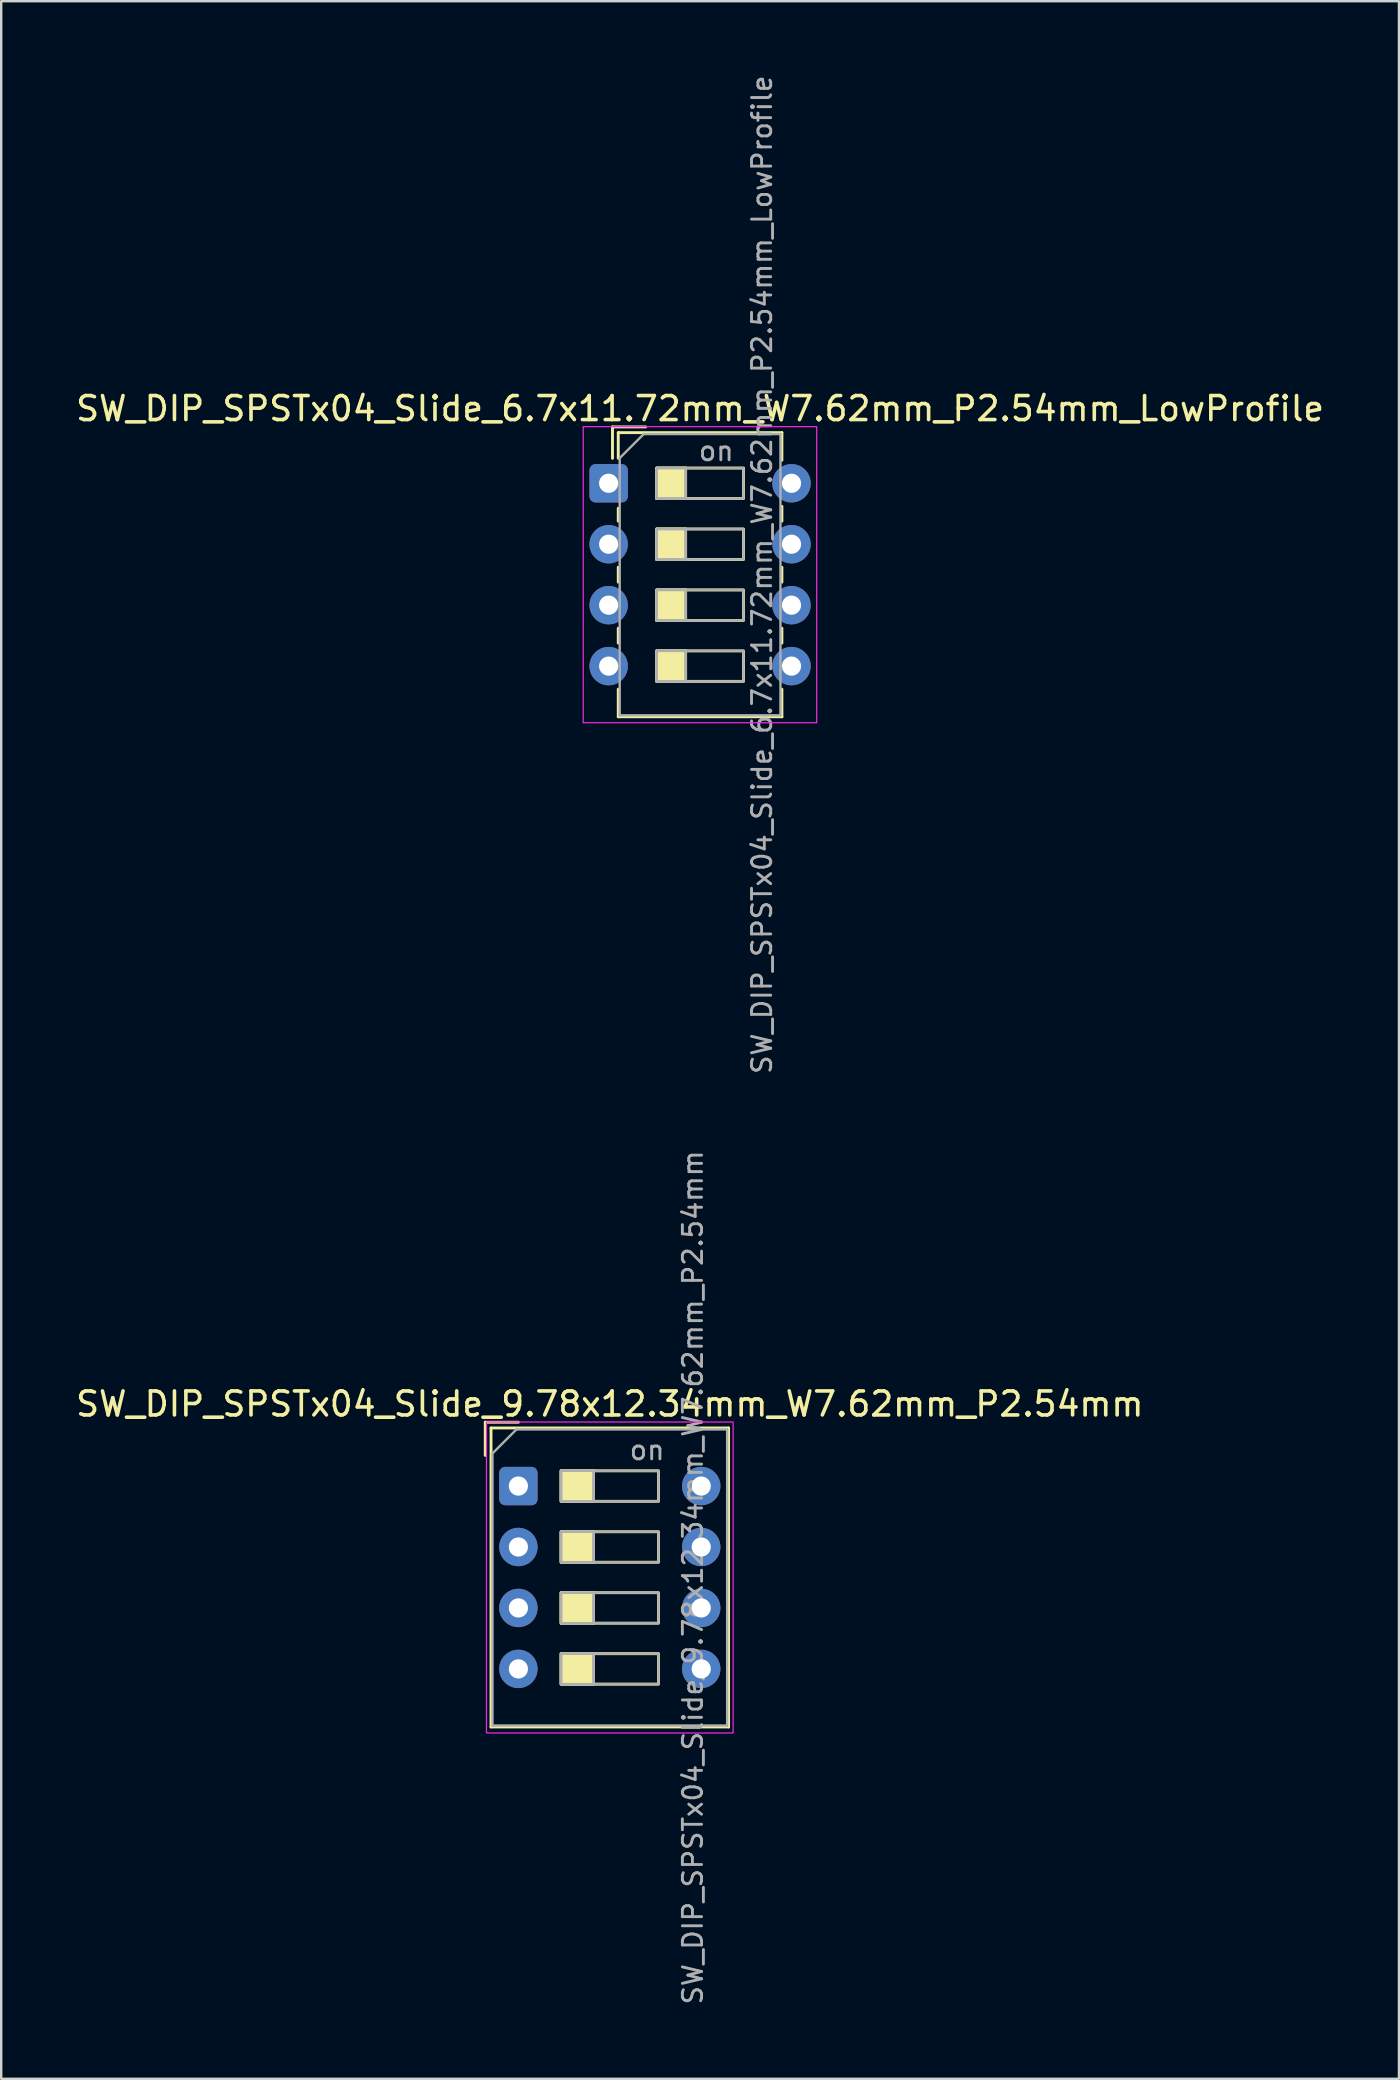
<source format=kicad_pcb>
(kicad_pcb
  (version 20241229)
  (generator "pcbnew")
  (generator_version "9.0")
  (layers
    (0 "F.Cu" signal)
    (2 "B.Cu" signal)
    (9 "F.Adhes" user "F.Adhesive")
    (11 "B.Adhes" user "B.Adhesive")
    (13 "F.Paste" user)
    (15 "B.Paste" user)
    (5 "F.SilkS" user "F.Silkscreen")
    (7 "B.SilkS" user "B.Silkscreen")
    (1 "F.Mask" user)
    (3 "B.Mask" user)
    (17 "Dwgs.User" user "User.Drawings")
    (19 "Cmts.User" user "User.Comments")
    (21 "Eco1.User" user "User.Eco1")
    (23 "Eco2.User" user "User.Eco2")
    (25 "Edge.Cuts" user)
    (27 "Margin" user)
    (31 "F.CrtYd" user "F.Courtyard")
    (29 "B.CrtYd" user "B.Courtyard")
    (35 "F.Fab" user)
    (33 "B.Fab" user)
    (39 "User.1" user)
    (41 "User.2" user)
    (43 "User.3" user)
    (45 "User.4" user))
  (footprint "SW_DIP_SPSTx04_Slide_6.7x11.72mm_W7.62mm_P2.54mm_LowProfile"
    (layer "F.Cu")
    (at 22.315 17.09)
    (property "Reference" "SW_DIP_SPSTx04_Slide_6.7x11.72mm_W7.62mm_P2.54mm_LowProfile" (at 3.81 -3.11 0) (layer "F.SilkS") (effects (font (size 1 1) (thickness 0.15))))
    (attr through_hole)
    (fp_line (start 0.16 -2.35) (end 0.16 -1.04) (stroke (width 0.12) (type solid)) (layer "F.SilkS"))
    (fp_line (start 0.16 -2.35) (end 1.543 -2.35) (stroke (width 0.12) (type solid)) (layer "F.SilkS"))
    (fp_line (start 0.4 -2.11) (end 0.4 -1.04) (stroke (width 0.12) (type solid)) (layer "F.SilkS"))
    (fp_line (start 0.4 -2.11) (end 7.22 -2.11) (stroke (width 0.12) (type solid)) (layer "F.SilkS"))
    (fp_line (start 0.4 1.04) (end 0.4 1.58) (stroke (width 0.12) (type solid)) (layer "F.SilkS"))
    (fp_line (start 0.4 3.5) (end 0.4 4.12) (stroke (width 0.12) (type solid)) (layer "F.SilkS"))
    (fp_line (start 0.4 6.04) (end 0.4 6.66) (stroke (width 0.12) (type solid)) (layer "F.SilkS"))
    (fp_line (start 0.4 8.58) (end 0.4 9.73) (stroke (width 0.12) (type solid)) (layer "F.SilkS"))
    (fp_line (start 0.4 9.73) (end 7.22 9.73) (stroke (width 0.12) (type solid)) (layer "F.SilkS"))
    (fp_line (start 3.207 -0.635) (end 3.207 0.635) (stroke (width 0.12) (type solid)) (layer "F.SilkS"))
    (fp_line (start 3.207 1.905) (end 3.207 3.175) (stroke (width 0.12) (type solid)) (layer "F.SilkS"))
    (fp_line (start 3.207 4.445) (end 3.207 5.715) (stroke (width 0.12) (type solid)) (layer "F.SilkS"))
    (fp_line (start 3.207 6.985) (end 3.207 8.255) (stroke (width 0.12) (type solid)) (layer "F.SilkS"))
    (fp_line (start 7.22 -2.11) (end 7.22 -0.96) (stroke (width 0.12) (type solid)) (layer "F.SilkS"))
    (fp_line (start 7.22 0.96) (end 7.22 1.58) (stroke (width 0.12) (type solid)) (layer "F.SilkS"))
    (fp_line (start 7.22 3.5) (end 7.22 4.12) (stroke (width 0.12) (type solid)) (layer "F.SilkS"))
    (fp_line (start 7.22 6.04) (end 7.22 6.66) (stroke (width 0.12) (type solid)) (layer "F.SilkS"))
    (fp_line (start 7.22 8.58) (end 7.22 9.73) (stroke (width 0.12) (type solid)) (layer "F.SilkS"))
    (fp_rect (start 2 -0.635) (end 3.207 0.635) (stroke (width 0.12) (type solid)) (fill yes) (layer "F.SilkS"))
    (fp_rect (start 2 -0.635) (end 5.62 0.635) (stroke (width 0.12) (type solid)) (fill no) (layer "F.SilkS"))
    (fp_rect (start 2 1.905) (end 3.207 3.175) (stroke (width 0.12) (type solid)) (fill yes) (layer "F.SilkS"))
    (fp_rect (start 2 1.905) (end 5.62 3.175) (stroke (width 0.12) (type solid)) (fill no) (layer "F.SilkS"))
    (fp_rect (start 2 4.445) (end 3.207 5.715) (stroke (width 0.12) (type solid)) (fill yes) (layer "F.SilkS"))
    (fp_rect (start 2 4.445) (end 5.62 5.715) (stroke (width 0.12) (type solid)) (fill no) (layer "F.SilkS"))
    (fp_rect (start 2 6.985) (end 3.207 8.255) (stroke (width 0.12) (type solid)) (fill yes) (layer "F.SilkS"))
    (fp_rect (start 2 6.985) (end 5.62 8.255) (stroke (width 0.12) (type solid)) (fill no) (layer "F.SilkS"))
    (fp_rect (start -1.06 -2.36) (end 8.67 9.98) (stroke (width 0.05) (type solid)) (fill no) (layer "F.CrtYd"))
    (fp_line (start 0.46 -1.05) (end 1.46 -2.05) (stroke (width 0.1) (type solid)) (layer "F.Fab"))
    (fp_line (start 0.46 9.67) (end 0.46 -1.05) (stroke (width 0.1) (type solid)) (layer "F.Fab"))
    (fp_line (start 1.46 -2.05) (end 7.16 -2.05) (stroke (width 0.1) (type solid)) (layer "F.Fab"))
    (fp_line (start 3.207 -0.635) (end 3.207 0.635) (stroke (width 0.1) (type solid)) (layer "F.Fab"))
    (fp_line (start 3.207 1.905) (end 3.207 3.175) (stroke (width 0.1) (type solid)) (layer "F.Fab"))
    (fp_line (start 3.207 4.445) (end 3.207 5.715) (stroke (width 0.1) (type solid)) (layer "F.Fab"))
    (fp_line (start 3.207 6.985) (end 3.207 8.255) (stroke (width 0.1) (type solid)) (layer "F.Fab"))
    (fp_line (start 7.16 -2.05) (end 7.16 9.67) (stroke (width 0.1) (type solid)) (layer "F.Fab"))
    (fp_line (start 7.16 9.67) (end 0.46 9.67) (stroke (width 0.1) (type solid)) (layer "F.Fab"))
    (fp_rect (start 2 -0.635) (end 3.207 0.635) (stroke (width 0.1) (type solid)) (fill no) (layer "F.Fab"))
    (fp_rect (start 2 -0.635) (end 5.62 0.635) (stroke (width 0.1) (type solid)) (fill no) (layer "F.Fab"))
    (fp_rect (start 2 1.905) (end 3.207 3.175) (stroke (width 0.1) (type solid)) (fill no) (layer "F.Fab"))
    (fp_rect (start 2 1.905) (end 5.62 3.175) (stroke (width 0.1) (type solid)) (fill no) (layer "F.Fab"))
    (fp_rect (start 2 4.445) (end 3.207 5.715) (stroke (width 0.1) (type solid)) (fill no) (layer "F.Fab"))
    (fp_rect (start 2 4.445) (end 5.62 5.715) (stroke (width 0.1) (type solid)) (fill no) (layer "F.Fab"))
    (fp_rect (start 2 6.985) (end 3.207 8.255) (stroke (width 0.1) (type solid)) (fill no) (layer "F.Fab"))
    (fp_rect (start 2 6.985) (end 5.62 8.255) (stroke (width 0.1) (type solid)) (fill no) (layer "F.Fab"))
    (fp_text user "on" (at 4.485 -1.343 0) (layer "F.Fab") (effects (font (size 0.8 0.8) (thickness 0.12))))
    (fp_text user "${REFERENCE}" (at 6.39 3.81 90) (layer "F.Fab") (effects (font (size 0.8 0.8) (thickness 0.12))))
    (pad "1" thru_hole roundrect (at 0 0) (size 1.6 1.6) (drill 0.8) (layers "*.Cu" "*.Mask") (roundrect_rratio 0.156))
    (pad "2" thru_hole circle (at 0 2.54) (size 1.6 1.6) (drill 0.8) (layers "*.Cu" "*.Mask"))
    (pad "3" thru_hole circle (at 0 5.08) (size 1.6 1.6) (drill 0.8) (layers "*.Cu" "*.Mask"))
    (pad "4" thru_hole circle (at 0 7.62) (size 1.6 1.6) (drill 0.8) (layers "*.Cu" "*.Mask"))
    (pad "5" thru_hole circle (at 7.62 7.62) (size 1.6 1.6) (drill 0.8) (layers "*.Cu" "*.Mask"))
    (pad "6" thru_hole circle (at 7.62 5.08) (size 1.6 1.6) (drill 0.8) (layers "*.Cu" "*.Mask"))
    (pad "7" thru_hole circle (at 7.62 2.54) (size 1.6 1.6) (drill 0.8) (layers "*.Cu" "*.Mask"))
    (pad "8" thru_hole circle (at 7.62 0) (size 1.6 1.6) (drill 0.8) (layers "*.Cu" "*.Mask")))
  (footprint "SW_DIP_SPSTx04_Slide_9.78x12.34mm_W7.62mm_P2.54mm"
    (layer "F.Cu")
    (at 18.553 58.88)
    (property "Reference" "SW_DIP_SPSTx04_Slide_9.78x12.34mm_W7.62mm_P2.54mm" (at 3.81 -3.42 0) (layer "F.SilkS") (effects (font (size 1 1) (thickness 0.15))))
    (attr through_hole)
    (fp_line (start -1.38 -2.66) (end -1.38 -1.277) (stroke (width 0.12) (type solid)) (layer "F.SilkS"))
    (fp_line (start -1.38 -2.66) (end 0.003 -2.66) (stroke (width 0.12) (type solid)) (layer "F.SilkS"))
    (fp_line (start -1.14 -2.42) (end -1.14 10.04) (stroke (width 0.12) (type solid)) (layer "F.SilkS"))
    (fp_line (start -1.14 -2.42) (end 8.76 -2.42) (stroke (width 0.12) (type solid)) (layer "F.SilkS"))
    (fp_line (start -1.14 10.04) (end 8.76 10.04) (stroke (width 0.12) (type solid)) (layer "F.SilkS"))
    (fp_line (start 3.133 -0.635) (end 3.133 0.635) (stroke (width 0.12) (type solid)) (layer "F.SilkS"))
    (fp_line (start 3.133 1.905) (end 3.133 3.175) (stroke (width 0.12) (type solid)) (layer "F.SilkS"))
    (fp_line (start 3.133 4.445) (end 3.133 5.715) (stroke (width 0.12) (type solid)) (layer "F.SilkS"))
    (fp_line (start 3.133 6.985) (end 3.133 8.255) (stroke (width 0.12) (type solid)) (layer "F.SilkS"))
    (fp_line (start 8.76 -2.42) (end 8.76 10.04) (stroke (width 0.12) (type solid)) (layer "F.SilkS"))
    (fp_rect (start 1.78 -0.635) (end 3.133 0.635) (stroke (width 0.12) (type solid)) (fill yes) (layer "F.SilkS"))
    (fp_rect (start 1.78 -0.635) (end 5.84 0.635) (stroke (width 0.12) (type solid)) (fill no) (layer "F.SilkS"))
    (fp_rect (start 1.78 1.905) (end 3.133 3.175) (stroke (width 0.12) (type solid)) (fill yes) (layer "F.SilkS"))
    (fp_rect (start 1.78 1.905) (end 5.84 3.175) (stroke (width 0.12) (type solid)) (fill no) (layer "F.SilkS"))
    (fp_rect (start 1.78 4.445) (end 3.133 5.715) (stroke (width 0.12) (type solid)) (fill yes) (layer "F.SilkS"))
    (fp_rect (start 1.78 4.445) (end 5.84 5.715) (stroke (width 0.12) (type solid)) (fill no) (layer "F.SilkS"))
    (fp_rect (start 1.78 6.985) (end 3.133 8.255) (stroke (width 0.12) (type solid)) (fill yes) (layer "F.SilkS"))
    (fp_rect (start 1.78 6.985) (end 5.84 8.255) (stroke (width 0.12) (type solid)) (fill no) (layer "F.SilkS"))
    (fp_rect (start -1.33 -2.67) (end 8.95 10.29) (stroke (width 0.05) (type solid)) (fill no) (layer "F.CrtYd"))
    (fp_line (start -1.08 -1.36) (end -0.08 -2.36) (stroke (width 0.1) (type solid)) (layer "F.Fab"))
    (fp_line (start -1.08 9.98) (end -1.08 -1.36) (stroke (width 0.1) (type solid)) (layer "F.Fab"))
    (fp_line (start -0.08 -2.36) (end 8.7 -2.36) (stroke (width 0.1) (type solid)) (layer "F.Fab"))
    (fp_line (start 3.133 -0.635) (end 3.133 0.635) (stroke (width 0.1) (type solid)) (layer "F.Fab"))
    (fp_line (start 3.133 1.905) (end 3.133 3.175) (stroke (width 0.1) (type solid)) (layer "F.Fab"))
    (fp_line (start 3.133 4.445) (end 3.133 5.715) (stroke (width 0.1) (type solid)) (layer "F.Fab"))
    (fp_line (start 3.133 6.985) (end 3.133 8.255) (stroke (width 0.1) (type solid)) (layer "F.Fab"))
    (fp_line (start 8.7 -2.36) (end 8.7 9.98) (stroke (width 0.1) (type solid)) (layer "F.Fab"))
    (fp_line (start 8.7 9.98) (end -1.08 9.98) (stroke (width 0.1) (type solid)) (layer "F.Fab"))
    (fp_rect (start 1.78 -0.635) (end 3.133 0.635) (stroke (width 0.1) (type solid)) (fill no) (layer "F.Fab"))
    (fp_rect (start 1.78 -0.635) (end 5.84 0.635) (stroke (width 0.1) (type solid)) (fill no) (layer "F.Fab"))
    (fp_rect (start 1.78 1.905) (end 3.133 3.175) (stroke (width 0.1) (type solid)) (fill no) (layer "F.Fab"))
    (fp_rect (start 1.78 1.905) (end 5.84 3.175) (stroke (width 0.1) (type solid)) (fill no) (layer "F.Fab"))
    (fp_rect (start 1.78 4.445) (end 3.133 5.715) (stroke (width 0.1) (type solid)) (fill no) (layer "F.Fab"))
    (fp_rect (start 1.78 4.445) (end 5.84 5.715) (stroke (width 0.1) (type solid)) (fill no) (layer "F.Fab"))
    (fp_rect (start 1.78 6.985) (end 3.133 8.255) (stroke (width 0.1) (type solid)) (fill no) (layer "F.Fab"))
    (fp_rect (start 1.78 6.985) (end 5.84 8.255) (stroke (width 0.1) (type solid)) (fill no) (layer "F.Fab"))
    (fp_text user "on" (at 5.365 -1.498 0) (layer "F.Fab") (effects (font (size 0.8 0.8) (thickness 0.12))))
    (fp_text user "${REFERENCE}" (at 7.27 3.81 90) (layer "F.Fab") (effects (font (size 0.8 0.8) (thickness 0.12))))
    (pad "1" thru_hole roundrect (at 0 0) (size 1.6 1.6) (drill 0.8) (layers "*.Cu" "*.Mask") (roundrect_rratio 0.156))
    (pad "2" thru_hole circle (at 0 2.54) (size 1.6 1.6) (drill 0.8) (layers "*.Cu" "*.Mask"))
    (pad "3" thru_hole circle (at 0 5.08) (size 1.6 1.6) (drill 0.8) (layers "*.Cu" "*.Mask"))
    (pad "4" thru_hole circle (at 0 7.62) (size 1.6 1.6) (drill 0.8) (layers "*.Cu" "*.Mask"))
    (pad "5" thru_hole circle (at 7.62 7.62) (size 1.6 1.6) (drill 0.8) (layers "*.Cu" "*.Mask"))
    (pad "6" thru_hole circle (at 7.62 5.08) (size 1.6 1.6) (drill 0.8) (layers "*.Cu" "*.Mask"))
    (pad "7" thru_hole circle (at 7.62 2.54) (size 1.6 1.6) (drill 0.8) (layers "*.Cu" "*.Mask"))
    (pad "8" thru_hole circle (at 7.62 0) (size 1.6 1.6) (drill 0.8) (layers "*.Cu" "*.Mask")))
  (gr_rect
    (start -3 -3)
    (end 55.25 83.581)
    (stroke (width 0.1) (type default))
    (fill no)
    (layer "Edge.Cuts")))
</source>
